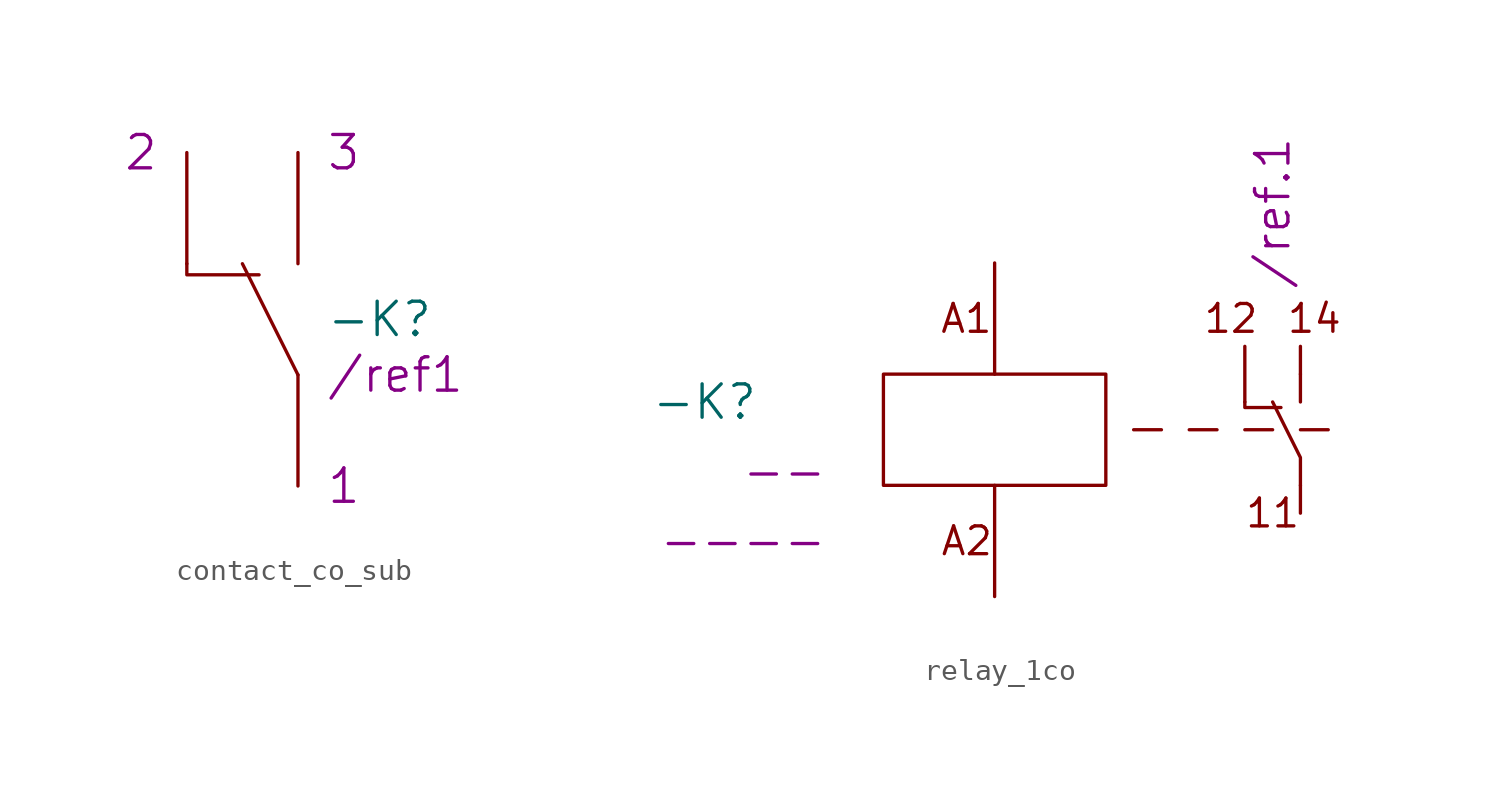
<source format=kicad_sym>
(kicad_symbol_lib
  (version 20220914)
  (generator kicad_symbol_editor)
  (symbol "contact_co_sub"
    (pin_numbers hide)
    (pin_names
      (offset 0) hide)
    (property "Reference" "-K"
      (at 1.27 0 0)
      (effects (font (size 1.524 1.524)) (justify left)))
    (property "Footprint" ""
      (at 0 0 0)
      (effects (font (size 1.524 1.524))))
    (property "Datasheet" ""
      (at 7.366 0.127 0)
      (effects (font (size 1.524 1.524))))
    (property "REF1" "/ref1"
      (at 1.27 -2.54 0)
      (effects (font (size 1.524 1.524)) (justify left)))
    (property "PIN1" "1"
      (at 1.27 -7.62 0)
      (effects (font (size 1.524 1.524)) (justify left)))
    (property "PIN2" "2"
      (at -6.35 7.62 0)
      (effects (font (size 1.524 1.524)) (justify right)))
    (property "PIN3" "3"
      (at 1.27 7.62 0)
      (effects (font (size 1.524 1.524)) (justify left)))
    (symbol "contact_co_sub_0_0"
      (polyline (pts (xy -1.778 2.032) (xy -5.08 2.032) (xy -5.08 2.54)) (stroke (width 0) (type solid)) (fill (type none))))
    (symbol "contact_co_sub_0_1"
      (polyline (pts (xy 0 -2.54) (xy -2.54 2.54)) (stroke (width 0) (type solid)) (fill (type none))))
    (symbol "contact_co_sub_1_1"
      (pin input line (at 0 -7.62 90) (length 5.08) (name "~" (effects (font (size 1.27 1.27)))) (number "1" (effects (font (size 1.27 1.27)))))
      (pin input line (at -5.08 7.62 270) (length 5.08) (name "~" (effects (font (size 1.27 1.27)))) (number "2" (effects (font (size 1.27 1.27)))))
      (pin input line (at 0 7.62 270) (length 5.08) (name "~" (effects (font (size 1.27 1.27)))) (number "3" (effects (font (size 1.27 1.27)))))))
  (symbol "relay_1co"
    (pin_numbers hide)
    (pin_names
      (offset 0) hide)
    (property "Reference" "-K"
      (at -10.795 1.27 0)
      (effects (font (size 1.524 1.524)) (justify right)))
    (property "Footprint" ""
      (at 0 0 0)
      (effects (font (size 1.524 1.524))))
    (property "Datasheet" ""
      (at -6.35 0 0)
      (effects (font (size 1.524 1.524))))
    (property "REF1" "/ref.1"
      (at 12.7 6.35 90)
      (effects (font (size 1.524 1.524)) (justify left)))
    (property "VENDOR" "--"
      (at -7.62 -1.905 0)
      (effects (font (size 1.524 1.524)) (justify right)))
    (property "VENDORID" "----"
      (at -7.62 -5.08 0)
      (effects (font (size 1.524 1.524)) (justify right)))
    (symbol "relay_1co_0_0"
      (rectangle (start -5.08 2.54) (end 5.08 -2.54) (stroke (width 0) (type solid)) (fill (type none)))
      (polyline (pts (xy 6.35 0) (xy 7.62 0)) (stroke (width 0) (type solid)) (fill (type none)))
      (polyline (pts (xy 8.89 0) (xy 10.16 0)) (stroke (width 0) (type solid)) (fill (type none)))
      (polyline (pts (xy 11.43 0) (xy 12.7 0)) (stroke (width 0) (type solid)) (fill (type none)))
      (polyline (pts (xy 11.43 1.27) (xy 11.43 3.81)) (stroke (width 0) (type solid)) (fill (type none)))
      (polyline (pts (xy 13.97 -3.81) (xy 13.97 -2.54)) (stroke (width 0) (type solid)) (fill (type none)))
      (polyline (pts (xy 13.97 0) (xy 15.24 0)) (stroke (width 0) (type solid)) (fill (type none)))
      (polyline (pts (xy 13.97 1.27) (xy 13.97 2.54)) (stroke (width 0) (type solid)) (fill (type none)))
      (polyline (pts (xy 13.97 3.81) (xy 13.97 2.54)) (stroke (width 0) (type solid)) (fill (type none)))
      (polyline (pts (xy 12.7 1.27) (xy 13.97 -1.27) (xy 13.97 -2.54)) (stroke (width 0) (type solid)) (fill (type none)))
      (polyline (pts (xy 13.081 1.016) (xy 11.43 1.016) (xy 11.43 1.27)) (stroke (width 0) (type solid)) (fill (type none)))
      (text "11" (at 12.7 -3.81 0) (effects (font (size 1.27 1.27))))
      (text "12" (at 10.795 5.08 0) (effects (font (size 1.27 1.27))))
      (text "14" (at 14.605 5.08 0) (effects (font (size 1.27 1.27))))
      (text "A1" (at -2.54 5.08 0) (effects (font (size 1.27 1.27)) (justify left)))
      (text "A2" (at -1.27 -5.08 0) (effects (font (size 1.27 1.27)))))
    (symbol "relay_1co_1_1"
      (pin input line (at 0 7.62 270) (length 5.08) (name "~" (effects (font (size 1.27 1.27)))) (number "A1" (effects (font (size 1.27 1.27)))))
      (pin input line (at 0 -7.62 90) (length 5.08) (name "~" (effects (font (size 1.27 1.27)))) (number "A2" (effects (font (size 1.27 1.27))))))))
</source>
